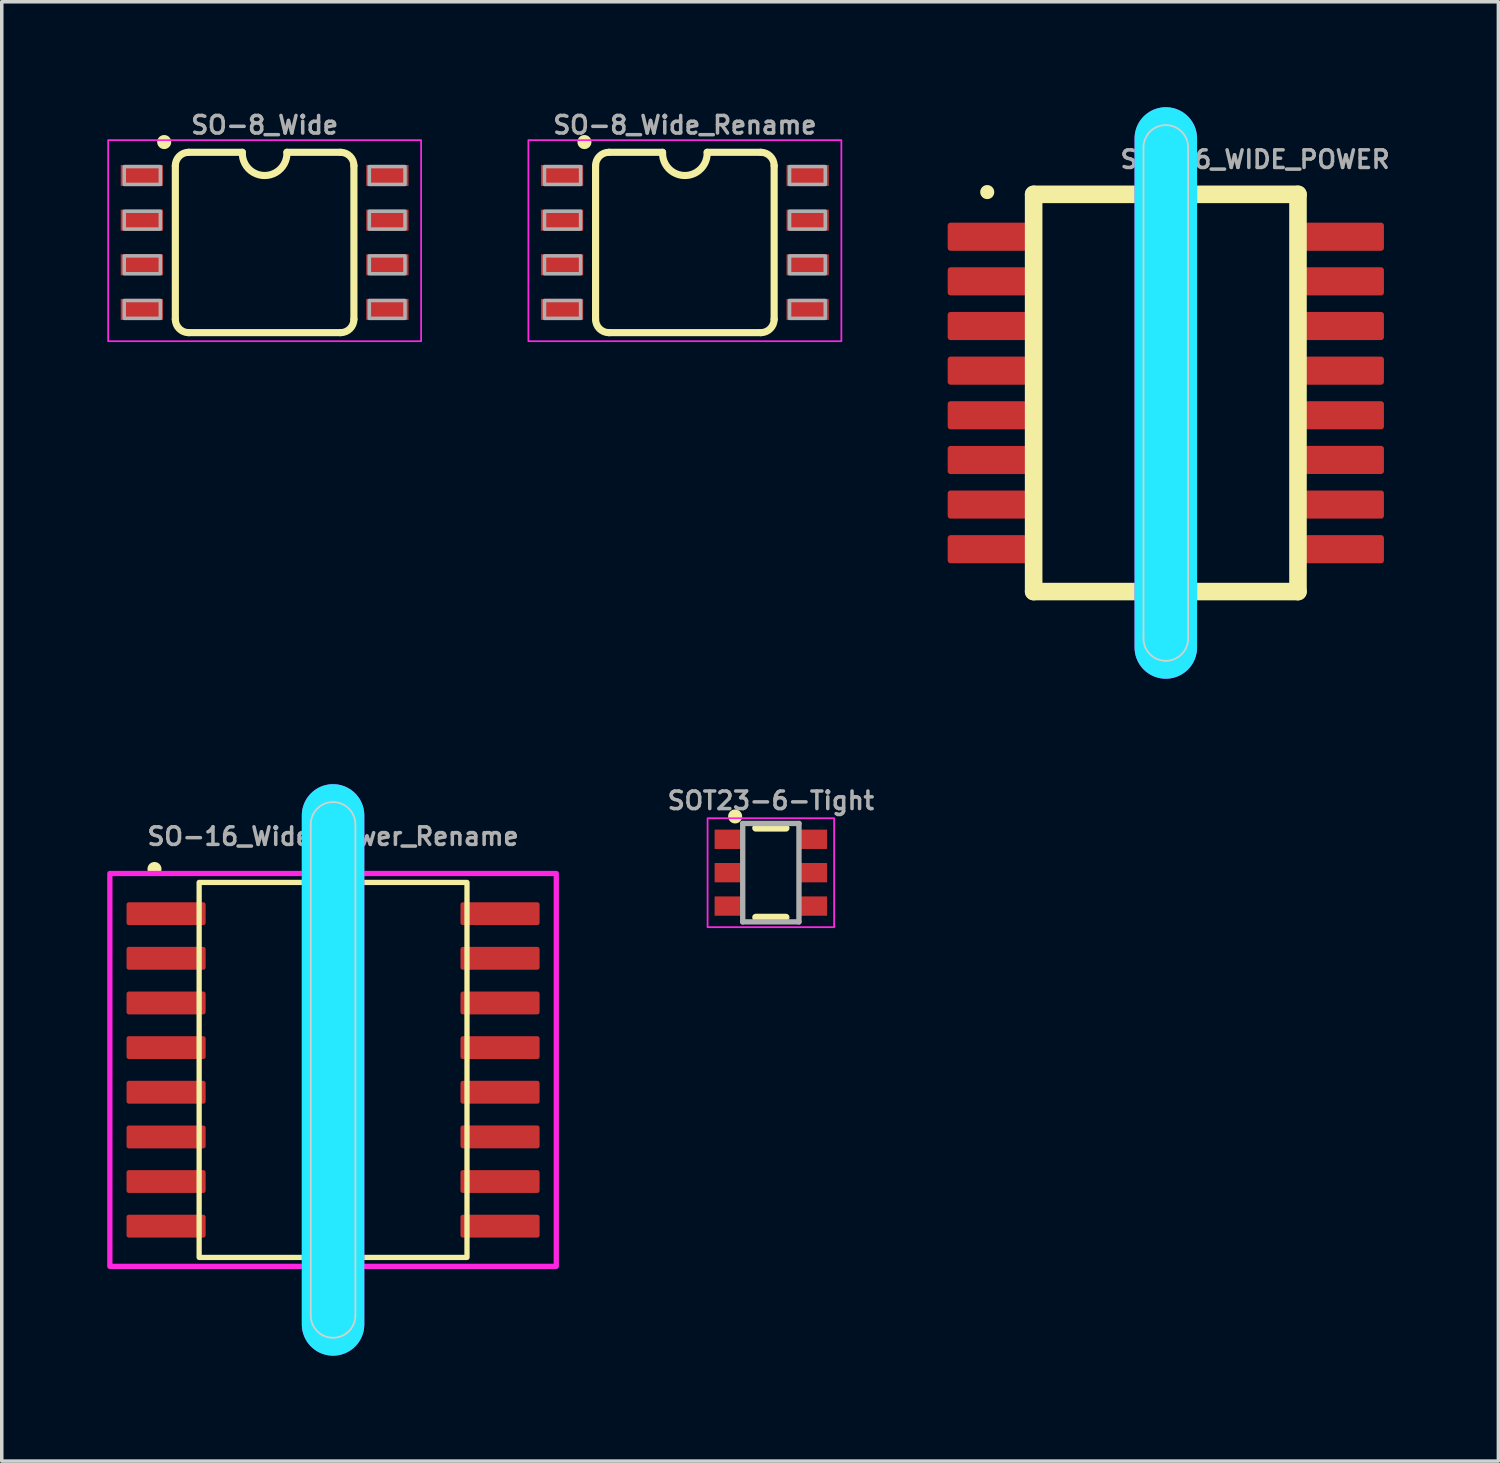
<source format=kicad_pcb>
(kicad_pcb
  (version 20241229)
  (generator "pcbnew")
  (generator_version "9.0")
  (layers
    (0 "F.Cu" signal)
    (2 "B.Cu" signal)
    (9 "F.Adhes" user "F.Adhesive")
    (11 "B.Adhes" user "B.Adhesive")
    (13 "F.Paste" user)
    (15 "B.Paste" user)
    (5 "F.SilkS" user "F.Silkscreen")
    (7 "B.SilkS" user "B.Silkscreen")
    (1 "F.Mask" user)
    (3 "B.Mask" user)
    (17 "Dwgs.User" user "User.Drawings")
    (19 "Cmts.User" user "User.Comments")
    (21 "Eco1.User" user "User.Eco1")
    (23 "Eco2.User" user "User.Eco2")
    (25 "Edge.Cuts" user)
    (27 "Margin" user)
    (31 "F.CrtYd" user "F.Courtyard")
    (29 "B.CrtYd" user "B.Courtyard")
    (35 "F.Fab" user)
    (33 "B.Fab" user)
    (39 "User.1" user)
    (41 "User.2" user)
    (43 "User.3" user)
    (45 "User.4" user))
  (footprint "SO-8_Wide"
    (layer "F.Cu")
    (at 4.478 3.848)
    (property "Reference" "SO-8_Wide" (at 0 -3.048 0) (layer "F.Fab") (effects (font (size 0.5 0.5) (thickness 0.1)) (justify bottom)))
    (attr smd)
    (fp_line (start -2.54 2.184) (end -2.54 -2.184) (stroke (width 0.203) (type solid)) (layer "F.SilkS"))
    (fp_line (start -2.159 2.565) (end 2.159 2.565) (stroke (width 0.203) (type solid)) (layer "F.SilkS"))
    (fp_line (start -2.159 -2.565) (end -0.635 -2.565) (stroke (width 0.203) (type solid)) (layer "F.SilkS"))
    (fp_line (start 2.159 -2.565) (end 0.635 -2.565) (stroke (width 0.203) (type solid)) (layer "F.SilkS"))
    (fp_line (start 2.54 2.184) (end 2.54 -2.184) (stroke (width 0.203) (type solid)) (layer "F.SilkS"))
    (fp_arc (start -2.54 -2.1844) (mid -2.428436 -2.453838) (end -2.158998 -2.5654) (stroke (width 0.2032) (type solid)) (layer "F.SilkS"))
    (fp_arc (start -2.159 2.565402) (mid -2.428438 2.453838) (end -2.54 2.1844) (stroke (width 0.2032) (type solid)) (layer "F.SilkS"))
    (fp_arc (start 0.634999 -2.5654) (mid 0 -1.904493) (end -0.634999 -2.5654) (stroke (width 0.2032) (type solid)) (layer "F.SilkS"))
    (fp_arc (start 2.159 -2.565377) (mid 2.428422 -2.453816) (end 2.54 -2.1844) (stroke (width 0.2032) (type solid)) (layer "F.SilkS"))
    (fp_arc (start 2.54 2.1844) (mid 2.428436 2.453838) (end 2.158998 2.5654) (stroke (width 0.2032) (type solid)) (layer "F.SilkS"))
    (fp_circle (center -2.857 -2.857) (end -2.857 -2.757) (stroke (width 0.2) (type solid)) (fill yes) (layer "F.SilkS"))
    (fp_rect (start 4.452 -2.911) (end -4.452 2.809) (stroke (width 0.05) (type default)) (fill no) (layer "F.CrtYd"))
    (fp_poly (pts (xy -3.994 -2.159) (xy -3.994 -1.651) (xy -2.966 -1.651) (xy -2.966 -2.159)) (stroke (width 0.1) (type default)) (fill no) (layer "F.Fab"))
    (fp_poly (pts (xy -3.994 -0.889) (xy -3.994 -0.381) (xy -2.966 -0.381) (xy -2.966 -0.889)) (stroke (width 0.1) (type default)) (fill no) (layer "F.Fab"))
    (fp_poly (pts (xy -3.994 0.381) (xy -3.994 0.889) (xy -2.966 0.889) (xy -2.966 0.381)) (stroke (width 0.1) (type default)) (fill no) (layer "F.Fab"))
    (fp_poly (pts (xy -3.994 1.651) (xy -3.994 2.159) (xy -2.966 2.159) (xy -2.966 1.651)) (stroke (width 0.1) (type default)) (fill no) (layer "F.Fab"))
    (fp_poly (pts (xy 2.978 -2.159) (xy 2.978 -1.651) (xy 3.994 -1.651) (xy 3.994 -2.159)) (stroke (width 0.1) (type default)) (fill no) (layer "F.Fab"))
    (fp_poly (pts (xy 2.978 -0.889) (xy 2.978 -0.381) (xy 3.994 -0.381) (xy 3.994 -0.889)) (stroke (width 0.1) (type default)) (fill no) (layer "F.Fab"))
    (fp_poly (pts (xy 2.978 0.381) (xy 2.978 0.889) (xy 3.994 0.889) (xy 3.994 0.381)) (stroke (width 0.1) (type default)) (fill no) (layer "F.Fab"))
    (fp_poly (pts (xy 2.978 1.651) (xy 2.978 2.159) (xy 3.994 2.159) (xy 3.994 1.651)) (stroke (width 0.1) (type default)) (fill no) (layer "F.Fab"))
    (pad "1" smd rect (at -3.493 -1.905 270) (size 0.6 1.2) (layers "F.Cu" "F.Mask" "F.Paste"))
    (pad "2" smd rect (at -3.493 -0.635 270) (size 0.6 1.2) (layers "F.Cu" "F.Mask" "F.Paste"))
    (pad "3" smd rect (at -3.493 0.635 270) (size 0.6 1.2) (layers "F.Cu" "F.Mask" "F.Paste"))
    (pad "4" smd rect (at -3.493 1.905 270) (size 0.6 1.2) (layers "F.Cu" "F.Mask" "F.Paste"))
    (pad "5" smd rect (at 3.493 1.905 270) (size 0.6 1.2) (layers "F.Cu" "F.Mask" "F.Paste"))
    (pad "6" smd rect (at 3.493 0.635 270) (size 0.6 1.2) (layers "F.Cu" "F.Mask" "F.Paste"))
    (pad "7" smd rect (at 3.493 -0.635 270) (size 0.6 1.2) (layers "F.Cu" "F.Mask" "F.Paste"))
    (pad "8" smd rect (at 3.493 -1.905 270) (size 0.6 1.2) (layers "F.Cu" "F.Mask" "F.Paste")))
  (footprint "SO-16_WIDE_POWER"
    (layer "F.Cu")
    (at 30.115 8.129)
    (property "Reference" "SO-16_WIDE_POWER" (at 2.54 -6.35 0) (layer "F.Fab") (effects (font (size 0.5 0.5) (thickness 0.1)) (justify bottom)))
    (attr smd)
    (fp_line (start 0 -7.24) (end 0 7.24) (stroke (width 1.778) (type default)) (layer "F.Mask"))
    (fp_line (start 0 -7.24) (end 0 7.24) (stroke (width 1.778) (type default)) (layer "B.Mask"))
    (fp_line (start -3.76 -5.65) (end -3.76 5.65) (stroke (width 0.5) (type default)) (layer "F.SilkS"))
    (fp_line (start 3.76 -5.65) (end -3.76 -5.65) (stroke (width 0.5) (type default)) (layer "F.SilkS"))
    (fp_line (start 3.76 -5.65) (end 3.76 5.65) (stroke (width 0.5) (type default)) (layer "F.SilkS"))
    (fp_line (start 3.76 5.65) (end -3.76 5.65) (stroke (width 0.5) (type default)) (layer "F.SilkS"))
    (fp_circle (center -5.08 -5.715) (end -5.08 -5.615) (stroke (width 0.2) (type solid)) (fill yes) (layer "F.SilkS"))
    (fp_line (start -0.635 6.985) (end -0.635 -6.985) (stroke (width 0.05) (type default)) (layer "Edge.Cuts"))
    (fp_line (start 0.635 -6.985) (end 0.635 6.985) (stroke (width 0.05) (type default)) (layer "Edge.Cuts"))
    (fp_arc (start -0.635 -6.985) (mid 0 -7.62) (end 0.635 -6.985) (stroke (width 0.05) (type default)) (layer "Edge.Cuts"))
    (fp_arc (start 0.635 6.985) (mid 0 7.62) (end -0.635 6.985) (stroke (width 0.05) (type default)) (layer "Edge.Cuts"))
    (fp_line (start 0 -7.24) (end 0 7.24) (stroke (width 1.778) (type default)) (layer "B.CrtYd"))
    (fp_line (start 0 -7.24) (end 0 7.24) (stroke (width 1.778) (type default)) (layer "F.CrtYd"))
    (pad "1" smd roundrect (at -5.08 -4.445 270) (size 0.8 2.25) (layers "F.Cu" "F.Mask" "F.Paste") (roundrect_rratio 0.1))
    (pad "2" smd roundrect (at -5.08 -3.175 270) (size 0.8 2.25) (layers "F.Cu" "F.Mask" "F.Paste") (roundrect_rratio 0.1))
    (pad "3" smd roundrect (at -5.08 -1.905 270) (size 0.8 2.25) (layers "F.Cu" "F.Mask" "F.Paste") (roundrect_rratio 0.1))
    (pad "4" smd roundrect (at -5.08 -0.635 270) (size 0.8 2.25) (layers "F.Cu" "F.Mask" "F.Paste") (roundrect_rratio 0.1))
    (pad "5" smd roundrect (at -5.08 0.635 270) (size 0.8 2.25) (layers "F.Cu" "F.Mask" "F.Paste") (roundrect_rratio 0.1))
    (pad "6" smd roundrect (at -5.08 1.907 270) (size 0.8 2.25) (layers "F.Cu" "F.Mask" "F.Paste") (roundrect_rratio 0.1))
    (pad "7" smd roundrect (at -5.08 3.175 270) (size 0.8 2.25) (layers "F.Cu" "F.Mask" "F.Paste") (roundrect_rratio 0.1))
    (pad "8" smd roundrect (at -5.08 4.445 270) (size 0.8 2.25) (layers "F.Cu" "F.Mask" "F.Paste") (roundrect_rratio 0.1))
    (pad "9" smd roundrect (at 5.08 4.445 270) (size 0.8 2.25) (layers "F.Cu" "F.Mask" "F.Paste") (roundrect_rratio 0.1))
    (pad "10" smd roundrect (at 5.08 3.175 270) (size 0.8 2.25) (layers "F.Cu" "F.Mask" "F.Paste") (roundrect_rratio 0.1))
    (pad "11" smd roundrect (at 5.08 1.905 270) (size 0.8 2.25) (layers "F.Cu" "F.Mask" "F.Paste") (roundrect_rratio 0.1))
    (pad "12" smd roundrect (at 5.08 0.635 270) (size 0.8 2.25) (layers "F.Cu" "F.Mask" "F.Paste") (roundrect_rratio 0.1))
    (pad "13" smd roundrect (at 5.08 -0.635 270) (size 0.8 2.25) (layers "F.Cu" "F.Mask" "F.Paste") (roundrect_rratio 0.1))
    (pad "14" smd roundrect (at 5.08 -1.905 270) (size 0.8 2.25) (layers "F.Cu" "F.Mask" "F.Paste") (roundrect_rratio 0.1))
    (pad "15" smd roundrect (at 5.08 -3.175 270) (size 0.8 2.25) (layers "F.Cu" "F.Mask" "F.Paste") (roundrect_rratio 0.1))
    (pad "16" smd roundrect (at 5.08 -4.445 270) (size 0.8 2.25) (layers "F.Cu" "F.Mask" "F.Paste") (roundrect_rratio 0.1)))
  (footprint "SO-8_Wide_Rename"
    (layer "F.Cu")
    (at 16.433 3.848)
    (property "Reference" "SO-8_Wide_Rename" (at 0 -3.048 0) (layer "F.Fab") (effects (font (size 0.5 0.5) (thickness 0.1)) (justify bottom)))
    (attr smd)
    (fp_line (start -2.54 2.184) (end -2.54 -2.184) (stroke (width 0.203) (type solid)) (layer "F.SilkS"))
    (fp_line (start -2.159 2.565) (end 2.159 2.565) (stroke (width 0.203) (type solid)) (layer "F.SilkS"))
    (fp_line (start -2.159 -2.565) (end -0.635 -2.565) (stroke (width 0.203) (type solid)) (layer "F.SilkS"))
    (fp_line (start 2.159 -2.565) (end 0.635 -2.565) (stroke (width 0.203) (type solid)) (layer "F.SilkS"))
    (fp_line (start 2.54 2.184) (end 2.54 -2.184) (stroke (width 0.203) (type solid)) (layer "F.SilkS"))
    (fp_arc (start -2.54 -2.1844) (mid -2.428436 -2.453838) (end -2.158998 -2.5654) (stroke (width 0.2032) (type solid)) (layer "F.SilkS"))
    (fp_arc (start -2.159 2.565402) (mid -2.428438 2.453838) (end -2.54 2.1844) (stroke (width 0.2032) (type solid)) (layer "F.SilkS"))
    (fp_arc (start 0.634999 -2.5654) (mid 0 -1.904493) (end -0.634999 -2.5654) (stroke (width 0.2032) (type solid)) (layer "F.SilkS"))
    (fp_arc (start 2.159 -2.565377) (mid 2.428422 -2.453816) (end 2.54 -2.1844) (stroke (width 0.2032) (type solid)) (layer "F.SilkS"))
    (fp_arc (start 2.54 2.1844) (mid 2.428436 2.453838) (end 2.158998 2.5654) (stroke (width 0.2032) (type solid)) (layer "F.SilkS"))
    (fp_circle (center -2.857 -2.857) (end -2.857 -2.757) (stroke (width 0.2) (type solid)) (fill yes) (layer "F.SilkS"))
    (fp_rect (start 4.452 -2.911) (end -4.452 2.809) (stroke (width 0.05) (type default)) (fill no) (layer "F.CrtYd"))
    (fp_poly (pts (xy -3.994 -2.159) (xy -3.994 -1.651) (xy -2.966 -1.651) (xy -2.966 -2.159)) (stroke (width 0.1) (type default)) (fill no) (layer "F.Fab"))
    (fp_poly (pts (xy -3.994 -0.889) (xy -3.994 -0.381) (xy -2.966 -0.381) (xy -2.966 -0.889)) (stroke (width 0.1) (type default)) (fill no) (layer "F.Fab"))
    (fp_poly (pts (xy -3.994 0.381) (xy -3.994 0.889) (xy -2.966 0.889) (xy -2.966 0.381)) (stroke (width 0.1) (type default)) (fill no) (layer "F.Fab"))
    (fp_poly (pts (xy -3.994 1.651) (xy -3.994 2.159) (xy -2.966 2.159) (xy -2.966 1.651)) (stroke (width 0.1) (type default)) (fill no) (layer "F.Fab"))
    (fp_poly (pts (xy 2.978 -2.159) (xy 2.978 -1.651) (xy 3.994 -1.651) (xy 3.994 -2.159)) (stroke (width 0.1) (type default)) (fill no) (layer "F.Fab"))
    (fp_poly (pts (xy 2.978 -0.889) (xy 2.978 -0.381) (xy 3.994 -0.381) (xy 3.994 -0.889)) (stroke (width 0.1) (type default)) (fill no) (layer "F.Fab"))
    (fp_poly (pts (xy 2.978 0.381) (xy 2.978 0.889) (xy 3.994 0.889) (xy 3.994 0.381)) (stroke (width 0.1) (type default)) (fill no) (layer "F.Fab"))
    (fp_poly (pts (xy 2.978 1.651) (xy 2.978 2.159) (xy 3.994 2.159) (xy 3.994 1.651)) (stroke (width 0.1) (type default)) (fill no) (layer "F.Fab"))
    (pad "1" smd rect (at -3.493 -1.905 270) (size 0.6 1.2) (layers "F.Cu" "F.Mask" "F.Paste"))
    (pad "2" smd rect (at -3.493 -0.635 270) (size 0.6 1.2) (layers "F.Cu" "F.Mask" "F.Paste"))
    (pad "3" smd rect (at -3.493 0.635 270) (size 0.6 1.2) (layers "F.Cu" "F.Mask" "F.Paste"))
    (pad "4" smd rect (at -3.493 1.905 270) (size 0.6 1.2) (layers "F.Cu" "F.Mask" "F.Paste"))
    (pad "5" smd rect (at 3.493 1.905 270) (size 0.6 1.2) (layers "F.Cu" "F.Mask" "F.Paste"))
    (pad "6" smd rect (at 3.493 0.635 270) (size 0.6 1.2) (layers "F.Cu" "F.Mask" "F.Paste"))
    (pad "7" smd rect (at 3.493 -0.635 270) (size 0.6 1.2) (layers "F.Cu" "F.Mask" "F.Paste"))
    (pad "8" smd rect (at 3.493 -1.905 270) (size 0.6 1.2) (layers "F.Cu" "F.Mask" "F.Paste")))
  (footprint "SO-16_Wide_Power_Rename"
    (layer "F.Cu")
    (at 6.425 27.387)
    (property "Reference" "SO-16_Wide_Power_Rename" (at 0 -6.35 0) (layer "F.Fab") (effects (font (size 0.5 0.5) (thickness 0.1)) (justify bottom)))
    (attr smd)
    (fp_line (start 0 -7.24) (end 0 7.24) (stroke (width 1.778) (type default)) (layer "F.Mask"))
    (fp_line (start 0 -7.24) (end 0 7.24) (stroke (width 1.778) (type default)) (layer "B.Mask"))
    (fp_rect (start -3.81 -5.334) (end 3.81 5.334) (stroke (width 0.15) (type default)) (fill no) (layer "F.SilkS"))
    (fp_circle (center -5.08 -5.715) (end -5.08 -5.615) (stroke (width 0.2) (type solid)) (fill yes) (layer "F.SilkS"))
    (fp_line (start -0.635 6.985) (end -0.635 -6.985) (stroke (width 0.05) (type default)) (layer "Edge.Cuts"))
    (fp_line (start 0.635 -6.985) (end 0.635 6.985) (stroke (width 0.05) (type default)) (layer "Edge.Cuts"))
    (fp_arc (start -0.635 -6.985) (mid 0 -7.62) (end 0.635 -6.985) (stroke (width 0.05) (type default)) (layer "Edge.Cuts"))
    (fp_arc (start 0.635 6.985) (mid 0 7.62) (end -0.635 6.985) (stroke (width 0.05) (type default)) (layer "Edge.Cuts"))
    (fp_line (start 0 -7.24) (end 0 7.24) (stroke (width 1.778) (type default)) (layer "B.CrtYd"))
    (fp_line (start 0 -7.24) (end 0 7.24) (stroke (width 1.778) (type default)) (layer "F.CrtYd"))
    (fp_rect (start -6.35 -5.588) (end 6.35 5.588) (stroke (width 0.15) (type default)) (fill no) (layer "F.CrtYd"))
    (fp_rect (start -3.75 -5.105) (end 3.75 5.105) (stroke (width 0.15) (type default)) (fill no) (layer "User.1"))
    (pad "1" smd roundrect (at -4.75 -4.445 270) (size 0.65 2.25) (layers "F.Cu" "F.Mask" "F.Paste") (roundrect_rratio 0.1))
    (pad "2" smd roundrect (at -4.75 -3.175 270) (size 0.65 2.25) (layers "F.Cu" "F.Mask" "F.Paste") (roundrect_rratio 0.1))
    (pad "3" smd roundrect (at -4.75 -1.905 270) (size 0.65 2.25) (layers "F.Cu" "F.Mask" "F.Paste") (roundrect_rratio 0.1))
    (pad "4" smd roundrect (at -4.75 -0.635 270) (size 0.65 2.25) (layers "F.Cu" "F.Mask" "F.Paste") (roundrect_rratio 0.1))
    (pad "5" smd roundrect (at -4.75 0.635 270) (size 0.65 2.25) (layers "F.Cu" "F.Mask" "F.Paste") (roundrect_rratio 0.1))
    (pad "6" smd roundrect (at -4.75 1.907 270) (size 0.65 2.25) (layers "F.Cu" "F.Mask" "F.Paste") (roundrect_rratio 0.1))
    (pad "7" smd roundrect (at -4.75 3.175 270) (size 0.65 2.25) (layers "F.Cu" "F.Mask" "F.Paste") (roundrect_rratio 0.1))
    (pad "8" smd roundrect (at -4.75 4.445 270) (size 0.65 2.25) (layers "F.Cu" "F.Mask" "F.Paste") (roundrect_rratio 0.1))
    (pad "9" smd roundrect (at 4.75 4.445 270) (size 0.65 2.25) (layers "F.Cu" "F.Mask" "F.Paste") (roundrect_rratio 0.1))
    (pad "10" smd roundrect (at 4.75 3.175 270) (size 0.65 2.25) (layers "F.Cu" "F.Mask" "F.Paste") (roundrect_rratio 0.1))
    (pad "11" smd roundrect (at 4.75 1.905 270) (size 0.65 2.25) (layers "F.Cu" "F.Mask" "F.Paste") (roundrect_rratio 0.1))
    (pad "12" smd roundrect (at 4.75 0.635 270) (size 0.65 2.25) (layers "F.Cu" "F.Mask" "F.Paste") (roundrect_rratio 0.1))
    (pad "13" smd roundrect (at 4.75 -0.635 270) (size 0.65 2.25) (layers "F.Cu" "F.Mask" "F.Paste") (roundrect_rratio 0.1))
    (pad "14" smd roundrect (at 4.75 -1.905 270) (size 0.65 2.25) (layers "F.Cu" "F.Mask" "F.Paste") (roundrect_rratio 0.1))
    (pad "15" smd roundrect (at 4.75 -3.175 270) (size 0.65 2.25) (layers "F.Cu" "F.Mask" "F.Paste") (roundrect_rratio 0.1))
    (pad "16" smd roundrect (at 4.75 -4.445 270) (size 0.65 2.25) (layers "F.Cu" "F.Mask" "F.Paste") (roundrect_rratio 0.1)))
  (footprint "SOT23-6-Tight"
    (layer "F.Cu")
    (at 18.879 21.776)
    (property "Reference" "SOT23-6-Tight" (at 0 -2.05 0) (layer "F.Fab") (effects (font (size 0.5 0.5) (thickness 0.1) (bold yes))))
    (fp_line (start -0.429 -1.27) (end 0.429 -1.27) (stroke (width 0.203) (type solid)) (layer "F.SilkS"))
    (fp_line (start 0.429 1.27) (end -0.429 1.27) (stroke (width 0.203) (type solid)) (layer "F.SilkS"))
    (fp_circle (center -1.016 -1.6) (end -1.016 -1.5) (stroke (width 0.2) (type solid)) (fill yes) (layer "F.SilkS"))
    (fp_rect (start 1.8 -1.55) (end -1.8 1.55) (stroke (width 0.05) (type default)) (fill no) (layer "F.CrtYd"))
    (fp_line (start -0.8 1.4) (end -0.8 -1.4) (stroke (width 0.152) (type solid)) (layer "F.Fab"))
    (fp_line (start 0.8 -1.4) (end -0.8 -1.4) (stroke (width 0.152) (type solid)) (layer "F.Fab"))
    (fp_line (start 0.8 -1.4) (end 0.8 1.4) (stroke (width 0.152) (type solid)) (layer "F.Fab"))
    (fp_line (start 0.8 1.4) (end -0.8 1.4) (stroke (width 0.152) (type solid)) (layer "F.Fab"))
    (pad "1" smd rect (at -1.2 -0.95 270) (size 0.55 0.8) (layers "F.Cu" "F.Mask" "F.Paste"))
    (pad "2" smd rect (at -1.2 0 270) (size 0.55 0.8) (layers "F.Cu" "F.Mask" "F.Paste"))
    (pad "3" smd rect (at -1.2 0.95 270) (size 0.55 0.8) (layers "F.Cu" "F.Mask" "F.Paste"))
    (pad "4" smd rect (at 1.2 0.95 270) (size 0.55 0.8) (layers "F.Cu" "F.Mask" "F.Paste"))
    (pad "5" smd rect (at 1.2 0 90) (size 0.55 0.8) (layers "F.Cu" "F.Mask" "F.Paste"))
    (pad "6" smd rect (at 1.2 -0.95 270) (size 0.55 0.8) (layers "F.Cu" "F.Mask" "F.Paste")))
  (gr_rect
    (start -3 -3)
    (end 39.576 38.516)
    (stroke (width 0.1) (type default))
    (fill no)
    (layer "Edge.Cuts")))
</source>
